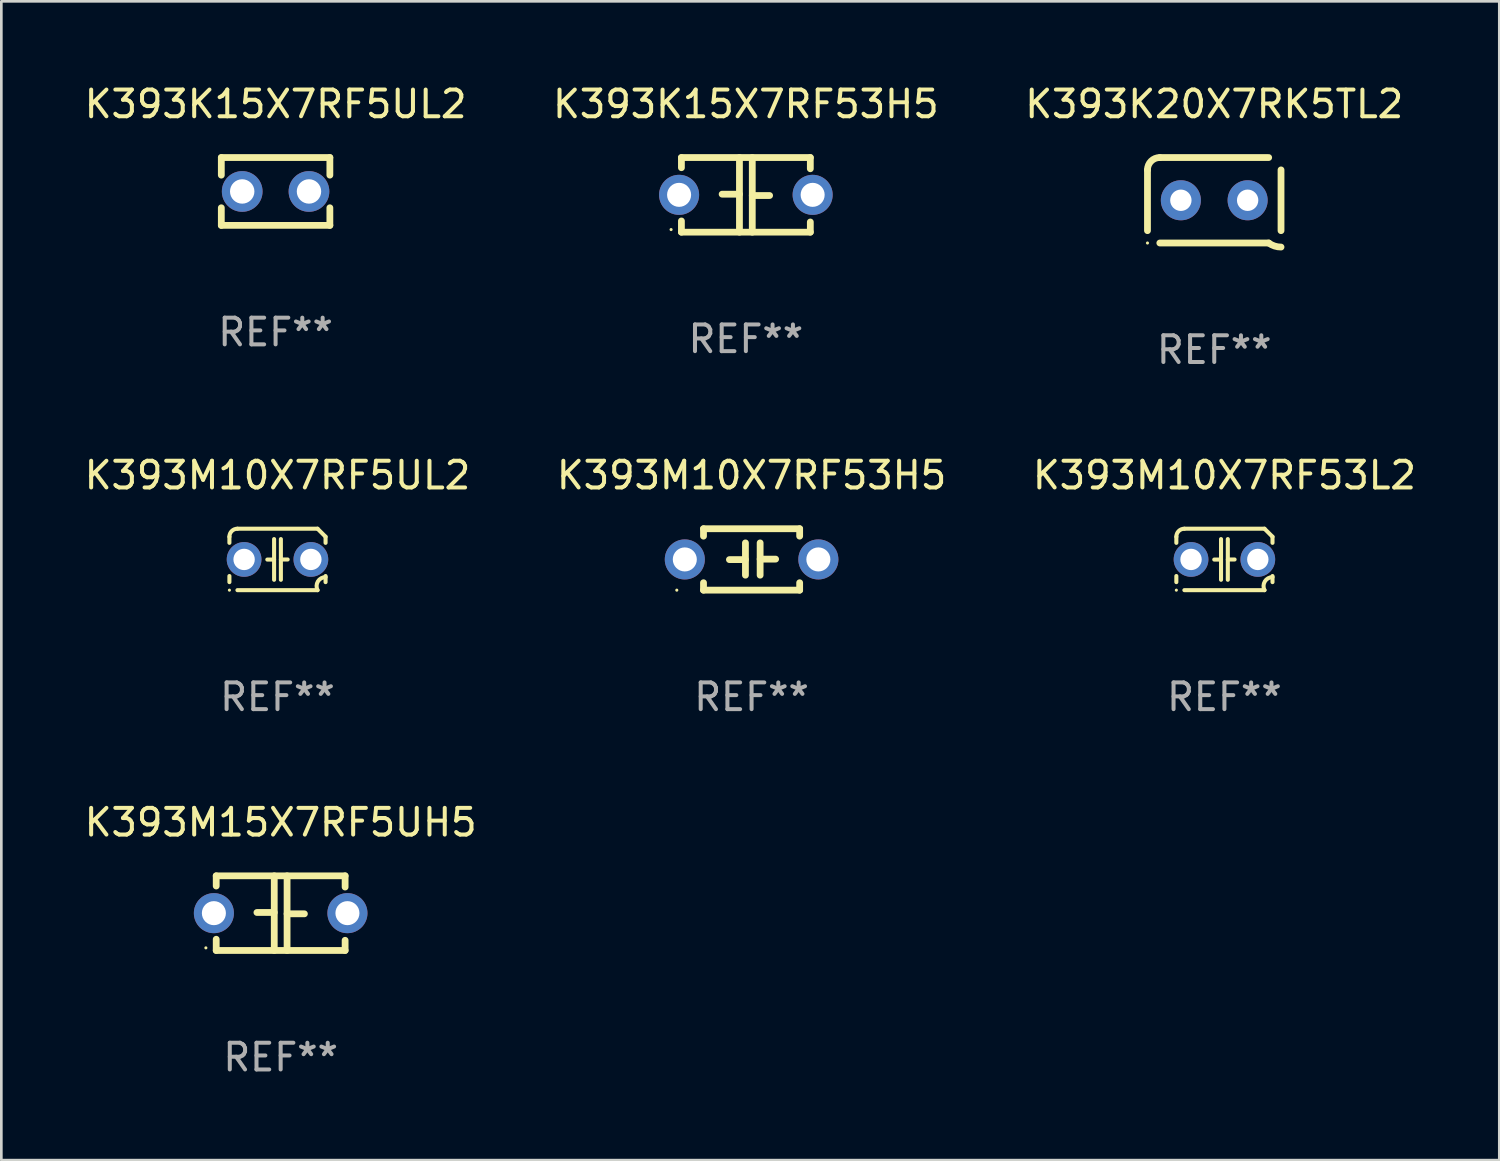
<source format=kicad_pcb>
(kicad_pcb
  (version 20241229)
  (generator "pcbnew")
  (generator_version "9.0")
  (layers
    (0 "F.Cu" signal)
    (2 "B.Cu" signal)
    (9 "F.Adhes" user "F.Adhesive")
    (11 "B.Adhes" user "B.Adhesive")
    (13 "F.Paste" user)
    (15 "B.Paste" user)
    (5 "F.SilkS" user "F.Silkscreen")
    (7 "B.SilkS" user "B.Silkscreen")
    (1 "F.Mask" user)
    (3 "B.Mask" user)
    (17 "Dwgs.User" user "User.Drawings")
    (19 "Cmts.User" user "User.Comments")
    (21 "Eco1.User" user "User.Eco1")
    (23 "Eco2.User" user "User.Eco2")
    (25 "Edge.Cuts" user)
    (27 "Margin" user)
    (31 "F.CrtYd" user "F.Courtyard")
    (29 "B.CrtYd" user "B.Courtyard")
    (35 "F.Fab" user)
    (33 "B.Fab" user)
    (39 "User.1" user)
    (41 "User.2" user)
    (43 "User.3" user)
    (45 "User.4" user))
  (footprint "K393K20X7RK5TL2"
    (layer "F.Cu")
    (at 42.411 4.448)
    (property "Reference" "K393K20X7RK5TL2" (at 0 -3.6 0) (layer "F.SilkS") (effects (font (size 1 1) (thickness 0.15))))
    (attr through_hole)
    (fp_line (start -2.5 1.138) (end -2.5 -1.138) (stroke (width 0.254) (type solid)) (layer "F.SilkS"))
    (fp_line (start -2.038 1.6) (end 2.038 1.6) (stroke (width 0.254) (type solid)) (layer "F.SilkS"))
    (fp_line (start 2.038 -1.6) (end -2.038 -1.6) (stroke (width 0.254) (type solid)) (layer "F.SilkS"))
    (fp_line (start 2.5 -1.138) (end 2.5 1.138) (stroke (width 0.254) (type solid)) (layer "F.SilkS"))
    (fp_arc (start -2.5 -1.137744) (mid -2.364601 -1.464626) (end -2.037719 -1.600025) (stroke (width 0.254001) (type solid)) (layer "F.SilkS"))
    (fp_arc (start -2.5 1.137719) (mid 2.500022 -1.137741) (end -2.5 1.137719) (stroke (width 0.254001) (type solid)) (layer "F.SilkS"))
    (fp_arc (start 2.5 1.751767) (mid 2.256726 1.712861) (end 2.037719 1.600025) (stroke (width 0.254001) (type solid)) (layer "F.SilkS"))
    (fp_circle (center -2.5 1.6) (end -2.47 1.6) (stroke (width 0.06) (type solid)) (fill no) (layer "F.SilkS"))
    (fp_text user "REF**" (at 0 5.6 0) (layer "F.Fab") (effects (font (size 1 1) (thickness 0.15))))
    (pad "1" thru_hole circle (at -1.25 -0.000076) (size 1.5 1.5) (drill 0.8) (layers "*.Cu" "*.Mask"))
    (pad "2" thru_hole circle (at 1.25 -0.000076) (size 1.5 1.5) (drill 0.8) (layers "*.Cu" "*.Mask")))
  (footprint "K393M10X7RF53H5"
    (layer "F.Cu")
    (at 25.089 17.895)
    (property "Reference" "K393M10X7RF53H5" (at 0 -3.15 0) (layer "F.SilkS") (effects (font (size 1 1) (thickness 0.15))))
    (attr through_hole)
    (fp_line (start -1.8 -1.15) (end -1.8 -0.872) (stroke (width 0.254) (type solid)) (layer "F.SilkS"))
    (fp_line (start -1.8 -1.15) (end 1.8 -1.15) (stroke (width 0.254) (type solid)) (layer "F.SilkS"))
    (fp_line (start -1.8 0.872) (end -1.8 1.15) (stroke (width 0.254) (type solid)) (layer "F.SilkS"))
    (fp_line (start -1.8 1.15) (end 1.8 1.15) (stroke (width 0.254) (type solid)) (layer "F.SilkS"))
    (fp_line (start -0.23 -0.62) (end -0.23 0.59) (stroke (width 0.254) (type solid)) (layer "F.SilkS"))
    (fp_line (start -0.23 0.007) (end -0.83 0.007) (stroke (width 0.254) (type solid)) (layer "F.SilkS"))
    (fp_line (start 0.32 -0.62) (end 0.32 0.59) (stroke (width 0.254) (type solid)) (layer "F.SilkS"))
    (fp_line (start 0.32 -0.012) (end 0.9 -0.012) (stroke (width 0.254) (type solid)) (layer "F.SilkS"))
    (fp_line (start 1.8 -1.15) (end 1.8 -0.872) (stroke (width 0.254) (type solid)) (layer "F.SilkS"))
    (fp_line (start 1.8 0.872) (end 1.8 1.15) (stroke (width 0.254) (type solid)) (layer "F.SilkS"))
    (fp_circle (center -2.8 1.15) (end -2.77 1.15) (stroke (width 0.06) (type solid)) (fill no) (layer "F.SilkS"))
    (fp_text user "REF**" (at 0 5.15 0) (layer "F.Fab") (effects (font (size 1 1) (thickness 0.15))))
    (pad "1" thru_hole circle (at -2.5 0) (size 1.5 1.5) (drill 0.9) (layers "*.Cu" "*.Mask"))
    (pad "2" thru_hole circle (at 2.5 0) (size 1.5 1.5) (drill 0.9) (layers "*.Cu" "*.Mask")))
  (footprint "K393M10X7RF53L2"
    (layer "F.Cu")
    (at 42.792 17.895)
    (property "Reference" "K393M10X7RF53L2" (at 0 -3.15 0) (layer "F.SilkS") (effects (font (size 1 1) (thickness 0.15))))
    (attr through_hole)
    (fp_line (start -1.8 -0.621) (end -1.8 -0.85) (stroke (width 0.152) (type solid)) (layer "F.SilkS"))
    (fp_line (start -1.8 0.85) (end -1.8 0.621) (stroke (width 0.152) (type solid)) (layer "F.SilkS"))
    (fp_line (start -1.5 -1.15) (end 1.5 -1.15) (stroke (width 0.152) (type solid)) (layer "F.SilkS"))
    (fp_line (start -0.127 -0.762) (end -0.127 0.762) (stroke (width 0.152) (type solid)) (layer "F.SilkS"))
    (fp_line (start -0.127 0.005) (end -0.381 0.005) (stroke (width 0.152) (type solid)) (layer "F.SilkS"))
    (fp_line (start 0.127 -0.762) (end 0.127 0.762) (stroke (width 0.152) (type solid)) (layer "F.SilkS"))
    (fp_line (start 0.127 0.002) (end 0.381 0.002) (stroke (width 0.152) (type solid)) (layer "F.SilkS"))
    (fp_line (start 1.5 1.15) (end -1.5 1.15) (stroke (width 0.152) (type solid)) (layer "F.SilkS"))
    (fp_line (start 1.8 -0.85) (end 1.8 -0.621) (stroke (width 0.152) (type solid)) (layer "F.SilkS"))
    (fp_line (start 1.8 0.621) (end 1.8 0.85) (stroke (width 0.152) (type solid)) (layer "F.SilkS"))
    (fp_arc (start -1.799975 -0.849987) (mid -1.712107 -1.062119) (end -1.499975 -1.149987) (stroke (width 0.151994) (type solid)) (layer "F.SilkS"))
    (fp_arc (start 1.499975 1.149987) (mid 1.513726 0.822359) (end 1.799975 0.662387) (stroke (width 0.151994) (type solid)) (layer "F.SilkS"))
    (fp_arc (start 1.500001 -1.149986) (mid 1.650015 -1.000001) (end 1.8 -0.849987) (stroke (width 0.151994) (type solid)) (layer "F.SilkS"))
    (fp_circle (center -1.8 1.15) (end -1.77 1.15) (stroke (width 0.06) (type solid)) (fill no) (layer "F.SilkS"))
    (fp_text user "REF**" (at 0 5.15 0) (layer "F.Fab") (effects (font (size 1 1) (thickness 0.15))))
    (pad "1" thru_hole circle (at -1.25 0) (size 1.3 1.3) (drill 0.8) (layers "*.Cu" "*.Mask"))
    (pad "2" thru_hole circle (at 1.25 0) (size 1.3 1.3) (drill 0.8) (layers "*.Cu" "*.Mask")))
  (footprint "K393M15X7RF5UH5"
    (layer "F.Cu")
    (at 7.458 31.138)
    (property "Reference" "K393M15X7RF5UH5" (at 0 -3.397 0) (layer "F.SilkS") (effects (font (size 1 1) (thickness 0.15))))
    (attr through_hole)
    (fp_line (start -2.413 -1.397) (end 2.413 -1.397) (stroke (width 0.254) (type solid)) (layer "F.SilkS"))
    (fp_line (start -2.413 -1.016) (end -2.413 -1.397) (stroke (width 0.254) (type solid)) (layer "F.SilkS"))
    (fp_line (start -2.413 0.977) (end -2.413 1.397) (stroke (width 0.254) (type solid)) (layer "F.SilkS"))
    (fp_line (start -0.24 -0.025) (end -0.889 -0.025) (stroke (width 0.254) (type solid)) (layer "F.SilkS"))
    (fp_line (start -0.24 1.397) (end -0.24 -1.397) (stroke (width 0.254) (type solid)) (layer "F.SilkS"))
    (fp_line (start 0.24 -1.397) (end 0.24 1.397) (stroke (width 0.254) (type solid)) (layer "F.SilkS"))
    (fp_line (start 0.24 0.025) (end 0.889 0.025) (stroke (width 0.254) (type solid)) (layer "F.SilkS"))
    (fp_line (start 2.413 -0.977) (end 2.413 -1.397) (stroke (width 0.254) (type solid)) (layer "F.SilkS"))
    (fp_line (start 2.413 1.016) (end 2.413 1.397) (stroke (width 0.254) (type solid)) (layer "F.SilkS"))
    (fp_line (start 2.413 1.397) (end -2.413 1.397) (stroke (width 0.254) (type solid)) (layer "F.SilkS"))
    (fp_circle (center -2.8 1.3) (end -2.77 1.3) (stroke (width 0.06) (type solid)) (fill no) (layer "F.SilkS"))
    (fp_text user "REF**" (at 0 5.397 0) (layer "F.Fab") (effects (font (size 1 1) (thickness 0.15))))
    (pad "1" thru_hole circle (at -2.5 0) (size 1.5 1.5) (drill 0.9) (layers "*.Cu" "*.Mask"))
    (pad "2" thru_hole circle (at 2.5 0) (size 1.5 1.5) (drill 0.9) (layers "*.Cu" "*.Mask")))
  (footprint "K393K15X7RF5UL2"
    (layer "F.Cu")
    (at 7.268 4.118)
    (property "Reference" "K393K15X7RF5UL2" (at 0 -3.27 0) (layer "F.SilkS") (effects (font (size 1 1) (thickness 0.15))))
    (attr through_hole)
    (fp_line (start -2.032 -1.27) (end -2.032 -0.611) (stroke (width 0.254) (type solid)) (layer "F.SilkS"))
    (fp_line (start -2.032 0.611) (end -2.032 1.27) (stroke (width 0.254) (type solid)) (layer "F.SilkS"))
    (fp_line (start -2.032 1.27) (end 2.032 1.27) (stroke (width 0.254) (type solid)) (layer "F.SilkS"))
    (fp_line (start 2.032 -1.27) (end -2.032 -1.27) (stroke (width 0.254) (type solid)) (layer "F.SilkS"))
    (fp_line (start 2.032 -0.611) (end 2.032 -1.27) (stroke (width 0.254) (type solid)) (layer "F.SilkS"))
    (fp_line (start 2.032 1.27) (end 2.032 0.611) (stroke (width 0.254) (type solid)) (layer "F.SilkS"))
    (fp_circle (center -2 1.3) (end -1.97 1.3) (stroke (width 0.06) (type solid)) (fill no) (layer "F.SilkS"))
    (fp_text user "REF**" (at 0 5.27 0) (layer "F.Fab") (effects (font (size 1 1) (thickness 0.15))))
    (pad "1" thru_hole circle (at -1.25 0) (size 1.524 1.524) (drill 0.914) (layers "*.Cu" "*.Mask"))
    (pad "2" thru_hole circle (at 1.25 0) (size 1.524 1.524) (drill 0.914) (layers "*.Cu" "*.Mask")))
  (footprint "K393K15X7RF53H5"
    (layer "F.Cu")
    (at 24.875 4.245)
    (property "Reference" "K393K15X7RF53H5" (at 0 -3.397 0) (layer "F.SilkS") (effects (font (size 1 1) (thickness 0.15))))
    (attr through_hole)
    (fp_line (start -2.413 -1.397) (end 2.413 -1.397) (stroke (width 0.254) (type solid)) (layer "F.SilkS"))
    (fp_line (start -2.413 -1.016) (end -2.413 -1.397) (stroke (width 0.254) (type solid)) (layer "F.SilkS"))
    (fp_line (start -2.413 0.977) (end -2.413 1.397) (stroke (width 0.254) (type solid)) (layer "F.SilkS"))
    (fp_line (start -0.24 -0.025) (end -0.889 -0.025) (stroke (width 0.254) (type solid)) (layer "F.SilkS"))
    (fp_line (start -0.24 1.397) (end -0.24 -1.397) (stroke (width 0.254) (type solid)) (layer "F.SilkS"))
    (fp_line (start 0.24 -1.397) (end 0.24 1.397) (stroke (width 0.254) (type solid)) (layer "F.SilkS"))
    (fp_line (start 0.24 0.025) (end 0.889 0.025) (stroke (width 0.254) (type solid)) (layer "F.SilkS"))
    (fp_line (start 2.413 -0.977) (end 2.413 -1.397) (stroke (width 0.254) (type solid)) (layer "F.SilkS"))
    (fp_line (start 2.413 1.016) (end 2.413 1.397) (stroke (width 0.254) (type solid)) (layer "F.SilkS"))
    (fp_line (start 2.413 1.397) (end -2.413 1.397) (stroke (width 0.254) (type solid)) (layer "F.SilkS"))
    (fp_circle (center -2.8 1.3) (end -2.77 1.3) (stroke (width 0.06) (type solid)) (fill no) (layer "F.SilkS"))
    (fp_text user "REF**" (at 0 5.397 0) (layer "F.Fab") (effects (font (size 1 1) (thickness 0.15))))
    (pad "1" thru_hole circle (at -2.5 0) (size 1.5 1.5) (drill 0.9) (layers "*.Cu" "*.Mask"))
    (pad "2" thru_hole circle (at 2.5 0) (size 1.5 1.5) (drill 0.9) (layers "*.Cu" "*.Mask")))
  (footprint "K393M10X7RF5UL2"
    (layer "F.Cu")
    (at 7.339 17.895)
    (property "Reference" "K393M10X7RF5UL2" (at 0 -3.15 0) (layer "F.SilkS") (effects (font (size 1 1) (thickness 0.15))))
    (attr through_hole)
    (fp_line (start -1.8 -0.621) (end -1.8 -0.85) (stroke (width 0.152) (type solid)) (layer "F.SilkS"))
    (fp_line (start -1.8 0.85) (end -1.8 0.621) (stroke (width 0.152) (type solid)) (layer "F.SilkS"))
    (fp_line (start -1.5 -1.15) (end 1.5 -1.15) (stroke (width 0.152) (type solid)) (layer "F.SilkS"))
    (fp_line (start -0.127 -0.762) (end -0.127 0.762) (stroke (width 0.152) (type solid)) (layer "F.SilkS"))
    (fp_line (start -0.127 0.005) (end -0.381 0.005) (stroke (width 0.152) (type solid)) (layer "F.SilkS"))
    (fp_line (start 0.127 -0.762) (end 0.127 0.762) (stroke (width 0.152) (type solid)) (layer "F.SilkS"))
    (fp_line (start 0.127 0.002) (end 0.381 0.002) (stroke (width 0.152) (type solid)) (layer "F.SilkS"))
    (fp_line (start 1.5 1.15) (end -1.5 1.15) (stroke (width 0.152) (type solid)) (layer "F.SilkS"))
    (fp_line (start 1.8 -0.85) (end 1.8 -0.621) (stroke (width 0.152) (type solid)) (layer "F.SilkS"))
    (fp_line (start 1.8 0.621) (end 1.8 0.85) (stroke (width 0.152) (type solid)) (layer "F.SilkS"))
    (fp_arc (start -1.799975 -0.849987) (mid -1.712107 -1.062119) (end -1.499975 -1.149987) (stroke (width 0.151994) (type solid)) (layer "F.SilkS"))
    (fp_arc (start 1.499975 1.149987) (mid 1.513726 0.822359) (end 1.799975 0.662387) (stroke (width 0.151994) (type solid)) (layer "F.SilkS"))
    (fp_arc (start 1.500001 -1.149986) (mid 1.650015 -1.000001) (end 1.8 -0.849987) (stroke (width 0.151994) (type solid)) (layer "F.SilkS"))
    (fp_circle (center -1.8 1.15) (end -1.77 1.15) (stroke (width 0.06) (type solid)) (fill no) (layer "F.SilkS"))
    (fp_text user "REF**" (at 0 5.15 0) (layer "F.Fab") (effects (font (size 1 1) (thickness 0.15))))
    (pad "1" thru_hole circle (at -1.25 0) (size 1.3 1.3) (drill 0.8) (layers "*.Cu" "*.Mask"))
    (pad "2" thru_hole circle (at 1.25 0) (size 1.3 1.3) (drill 0.8) (layers "*.Cu" "*.Mask")))
  (gr_rect
    (start -3 -3)
    (end 53.083 40.384)
    (stroke (width 0.1) (type default))
    (fill no)
    (layer "Edge.Cuts")))
</source>
